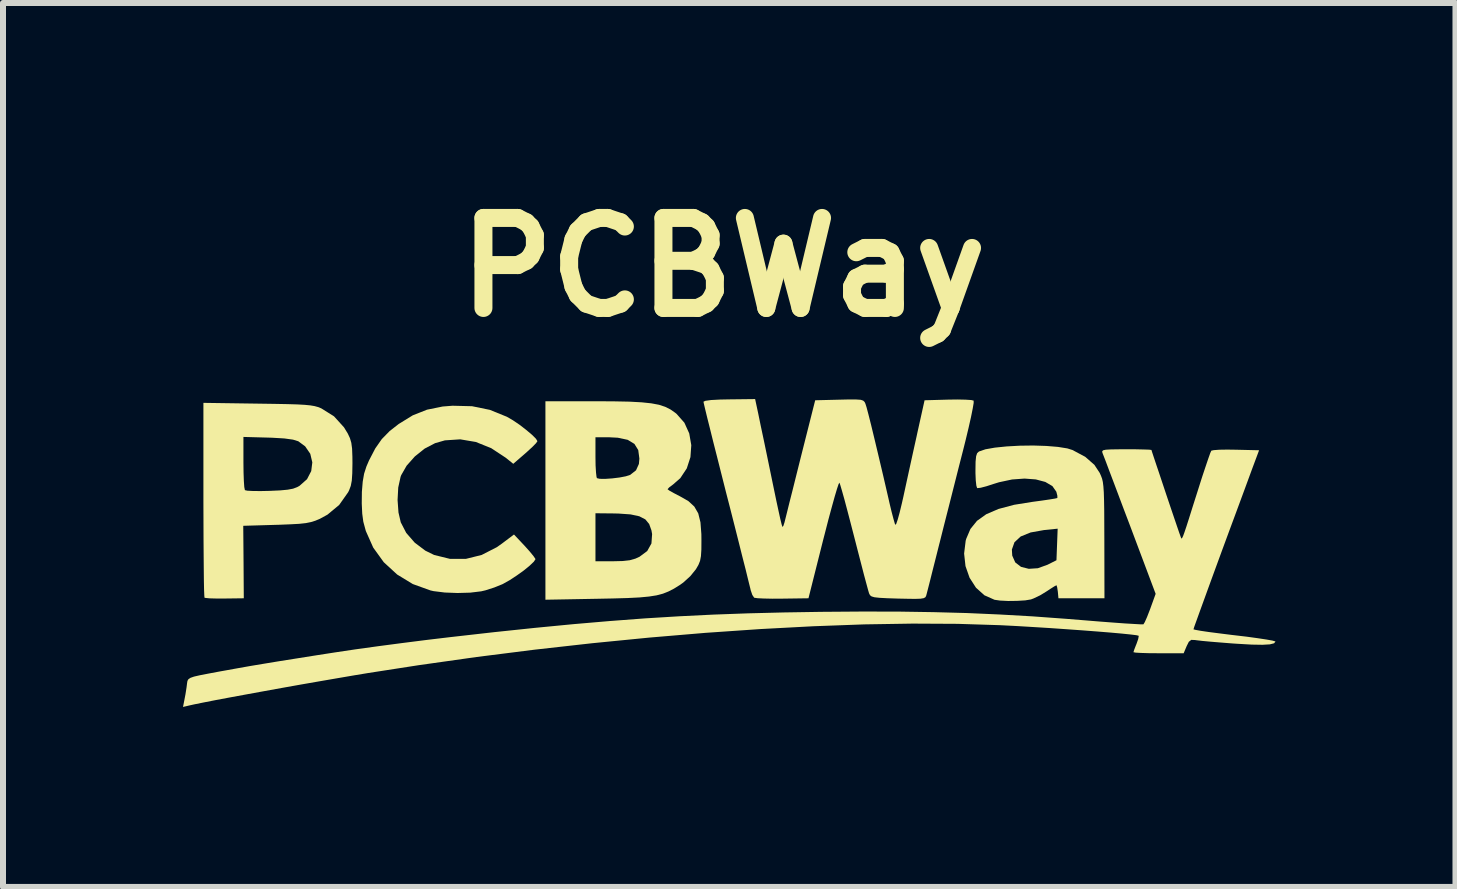
<source format=kicad_pcb>
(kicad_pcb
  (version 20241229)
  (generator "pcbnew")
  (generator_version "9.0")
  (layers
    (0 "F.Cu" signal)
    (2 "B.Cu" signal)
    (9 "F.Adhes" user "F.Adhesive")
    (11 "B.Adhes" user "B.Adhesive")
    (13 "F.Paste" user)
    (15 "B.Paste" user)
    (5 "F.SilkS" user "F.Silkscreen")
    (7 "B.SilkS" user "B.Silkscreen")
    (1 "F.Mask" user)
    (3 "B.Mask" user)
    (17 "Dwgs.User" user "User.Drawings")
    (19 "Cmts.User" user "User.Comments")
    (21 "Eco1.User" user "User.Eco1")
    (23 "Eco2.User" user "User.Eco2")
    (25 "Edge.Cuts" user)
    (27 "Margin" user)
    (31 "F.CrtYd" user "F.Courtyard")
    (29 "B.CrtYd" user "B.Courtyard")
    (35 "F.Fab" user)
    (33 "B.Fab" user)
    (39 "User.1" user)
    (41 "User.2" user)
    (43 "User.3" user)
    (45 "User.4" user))
  (footprint "PCBWay"
    (layer "F.Cu")
    (at 9.007 6.004)
    (property "Reference" "PCBWay" (at 0 -4.6 0) (layer "F.SilkS") (effects (font (size 1.5 1.5) (thickness 0.3))))
    (attr board_only exclude_from_pos_files exclude_from_bom)
    (fp_poly (pts (xy -7.758 -2.327) (xy -7.485 -2.323) (xy -7.27 -2.319) (xy -7.104 -2.314) (xy -6.979 -2.307) (xy -6.886 -2.298) (xy -6.815 -2.286) (xy -6.76 -2.271) (xy -6.709 -2.251) (xy -6.697 -2.245) (xy -6.49 -2.115) (xy -6.324 -1.932) (xy -6.261 -1.829) (xy -6.225 -1.752) (xy -6.202 -1.674) (xy -6.189 -1.576) (xy -6.184 -1.441) (xy -6.183 -1.333) (xy -6.186 -1.164) (xy -6.194 -1.044) (xy -6.211 -0.956) (xy -6.239 -0.882) (xy -6.255 -0.85) (xy -6.404 -0.639) (xy -6.599 -0.477) (xy -6.725 -0.408) (xy -6.801 -0.376) (xy -6.875 -0.353) (xy -6.96 -0.336) (xy -7.069 -0.324) (xy -7.216 -0.316) (xy -7.414 -0.308) (xy -7.456 -0.307) (xy -8.003 -0.291) (xy -7.998 0.313) (xy -7.994 0.917) (xy -8.312 0.921) (xy -8.451 0.921) (xy -8.564 0.918) (xy -8.634 0.911) (xy -8.649 0.907) (xy -8.652 0.871) (xy -8.656 0.775) (xy -8.659 0.625) (xy -8.661 0.428) (xy -8.663 0.191) (xy -8.665 -0.081) (xy -8.666 -0.38) (xy -8.667 -0.7) (xy -8.667 -0.725) (xy -8.667 -1.342) (xy -8 -1.342) (xy -7.998 -1.178) (xy -7.993 -1.039) (xy -7.986 -0.938) (xy -7.976 -0.888) (xy -7.975 -0.885) (xy -7.934 -0.876) (xy -7.84 -0.871) (xy -7.708 -0.87) (xy -7.565 -0.873) (xy -7.388 -0.881) (xy -7.262 -0.893) (xy -7.172 -0.91) (xy -7.103 -0.936) (xy -7.063 -0.959) (xy -6.94 -1.068) (xy -6.87 -1.203) (xy -6.852 -1.348) (xy -6.886 -1.491) (xy -6.972 -1.616) (xy -7.086 -1.7) (xy -7.174 -1.727) (xy -7.319 -1.747) (xy -7.524 -1.759) (xy -7.592 -1.761) (xy -8 -1.772) (xy -8 -1.342) (xy -8.667 -1.342) (xy -8.667 -2.34)) (stroke (width 0) (type solid)) (fill yes) (layer "F.SilkS"))
    (fp_poly (pts (xy -4.19 -2.284) (xy -3.892 -2.223) (xy -3.609 -2.108) (xy -3.509 -2.05) (xy -3.397 -1.974) (xy -3.287 -1.889) (xy -3.191 -1.808) (xy -3.124 -1.741) (xy -3.1 -1.701) (xy -3.124 -1.667) (xy -3.186 -1.604) (xy -3.275 -1.522) (xy -3.301 -1.499) (xy -3.503 -1.324) (xy -3.628 -1.425) (xy -3.871 -1.585) (xy -4.127 -1.688) (xy -4.387 -1.732) (xy -4.642 -1.715) (xy -4.806 -1.668) (xy -4.979 -1.578) (xy -5.143 -1.447) (xy -5.28 -1.293) (xy -5.371 -1.134) (xy -5.381 -1.107) (xy -5.42 -0.929) (xy -5.431 -0.721) (xy -5.416 -0.513) (xy -5.378 -0.349) (xy -5.287 -0.173) (xy -5.145 -0.01) (xy -4.969 0.123) (xy -4.822 0.195) (xy -4.558 0.26) (xy -4.292 0.26) (xy -4.03 0.195) (xy -3.778 0.066) (xy -3.698 0.01) (xy -3.491 -0.146) (xy -3.312 0.044) (xy -3.228 0.138) (xy -3.165 0.215) (xy -3.134 0.261) (xy -3.133 0.266) (xy -3.16 0.307) (xy -3.229 0.373) (xy -3.328 0.454) (xy -3.444 0.537) (xy -3.561 0.614) (xy -3.668 0.674) (xy -3.683 0.682) (xy -3.819 0.737) (xy -3.965 0.784) (xy -4.037 0.801) (xy -4.22 0.823) (xy -4.432 0.829) (xy -4.644 0.821) (xy -4.83 0.798) (xy -4.883 0.786) (xy -5.177 0.68) (xy -5.438 0.521) (xy -5.661 0.316) (xy -5.837 0.072) (xy -5.96 -0.204) (xy -6.002 -0.359) (xy -6.02 -0.493) (xy -6.028 -0.664) (xy -6.026 -0.841) (xy -6.026 -0.855) (xy -6.012 -1.026) (xy -5.989 -1.159) (xy -5.95 -1.28) (xy -5.907 -1.38) (xy -5.803 -1.58) (xy -5.694 -1.736) (xy -5.564 -1.869) (xy -5.412 -1.988) (xy -5.178 -2.132) (xy -4.941 -2.226) (xy -4.68 -2.279) (xy -4.515 -2.292)) (stroke (width 0) (type solid)) (fill yes) (layer "F.SilkS"))
    (fp_poly (pts (xy -1.817 -2.365) (xy -1.565 -2.36) (xy -1.363 -2.349) (xy -1.202 -2.332) (xy -1.074 -2.308) (xy -0.971 -2.274) (xy -0.883 -2.23) (xy -0.803 -2.174) (xy -0.782 -2.157) (xy -0.651 -2.009) (xy -0.57 -1.83) (xy -0.536 -1.635) (xy -0.55 -1.436) (xy -0.611 -1.248) (xy -0.719 -1.085) (xy -0.839 -0.98) (xy -0.902 -0.933) (xy -0.931 -0.902) (xy -0.931 -0.9) (xy -0.902 -0.878) (xy -0.829 -0.837) (xy -0.727 -0.784) (xy -0.725 -0.783) (xy -0.585 -0.703) (xy -0.486 -0.612) (xy -0.42 -0.498) (xy -0.383 -0.349) (xy -0.368 -0.152) (xy -0.367 -0.051) (xy -0.368 0.106) (xy -0.375 0.215) (xy -0.39 0.294) (xy -0.417 0.361) (xy -0.46 0.435) (xy -0.462 0.437) (xy -0.552 0.548) (xy -0.67 0.655) (xy -0.728 0.696) (xy -0.824 0.756) (xy -0.915 0.803) (xy -1.008 0.84) (xy -1.114 0.868) (xy -1.241 0.888) (xy -1.4 0.903) (xy -1.599 0.913) (xy -1.848 0.92) (xy -2.092 0.925) (xy -2.967 0.941) (xy -2.967 -0.1) (xy -2.133 -0.1) (xy -2.133 0.3) (xy -1.84 0.3) (xy -1.679 0.296) (xy -1.562 0.283) (xy -1.467 0.256) (xy -1.399 0.225) (xy -1.27 0.129) (xy -1.2 0.003) (xy -1.189 -0.153) (xy -1.2 -0.215) (xy -1.238 -0.321) (xy -1.302 -0.398) (xy -1.403 -0.45) (xy -1.548 -0.481) (xy -1.747 -0.495) (xy -1.825 -0.497) (xy -2.133 -0.5) (xy -2.133 -0.1) (xy -2.967 -0.1) (xy -2.967 -0.713) (xy -2.967 -1.439) (xy -2.133 -1.439) (xy -2.131 -1.297) (xy -2.124 -1.18) (xy -2.115 -1.104) (xy -2.108 -1.085) (xy -2.062 -1.074) (xy -1.97 -1.073) (xy -1.854 -1.081) (xy -1.732 -1.096) (xy -1.627 -1.116) (xy -1.556 -1.139) (xy -1.555 -1.139) (xy -1.457 -1.216) (xy -1.409 -1.322) (xy -1.401 -1.411) (xy -1.42 -1.553) (xy -1.484 -1.656) (xy -1.596 -1.724) (xy -1.761 -1.759) (xy -1.916 -1.767) (xy -2.133 -1.767) (xy -2.133 -1.439) (xy -2.967 -1.439) (xy -2.967 -2.367) (xy -2.127 -2.367)) (stroke (width 0) (type solid)) (fill yes) (layer "F.SilkS"))
    (fp_poly (pts (xy 5.38 -1.622) (xy 5.574 -1.606) (xy 5.731 -1.581) (xy 5.817 -1.554) (xy 6.029 -1.441) (xy 6.182 -1.307) (xy 6.271 -1.172) (xy 6.292 -1.125) (xy 6.31 -1.077) (xy 6.323 -1.021) (xy 6.332 -0.948) (xy 6.339 -0.85) (xy 6.343 -0.719) (xy 6.346 -0.546) (xy 6.347 -0.322) (xy 6.348 -0.05) (xy 6.35 0.917) (xy 5.967 0.917) (xy 5.583 0.917) (xy 5.573 0.808) (xy 5.562 0.735) (xy 5.551 0.7) (xy 5.55 0.7) (xy 5.517 0.717) (xy 5.447 0.761) (xy 5.385 0.802) (xy 5.277 0.868) (xy 5.17 0.919) (xy 5.125 0.936) (xy 5.029 0.952) (xy 4.893 0.96) (xy 4.744 0.962) (xy 4.608 0.955) (xy 4.518 0.942) (xy 4.349 0.867) (xy 4.209 0.741) (xy 4.102 0.575) (xy 4.034 0.381) (xy 4.011 0.172) (xy 4.019 0.105) (xy 4.807 0.105) (xy 4.813 0.206) (xy 4.863 0.319) (xy 4.959 0.393) (xy 5.089 0.426) (xy 5.24 0.416) (xy 5.401 0.358) (xy 5.55 0.283) (xy 5.56 0.02) (xy 5.57 -0.243) (xy 5.343 -0.22) (xy 5.119 -0.18) (xy 4.954 -0.113) (xy 4.85 -0.017) (xy 4.807 0.105) (xy 4.019 0.105) (xy 4.037 -0.042) (xy 4.046 -0.074) (xy 4.116 -0.238) (xy 4.226 -0.374) (xy 4.38 -0.484) (xy 4.585 -0.572) (xy 4.844 -0.641) (xy 5.15 -0.69) (xy 5.306 -0.711) (xy 5.435 -0.73) (xy 5.526 -0.745) (xy 5.564 -0.754) (xy 5.565 -0.755) (xy 5.565 -0.792) (xy 5.548 -0.859) (xy 5.482 -0.953) (xy 5.364 -1.022) (xy 5.206 -1.064) (xy 5.018 -1.078) (xy 4.81 -1.063) (xy 4.594 -1.017) (xy 4.503 -0.989) (xy 4.383 -0.95) (xy 4.287 -0.925) (xy 4.233 -0.919) (xy 4.228 -0.92) (xy 4.215 -0.959) (xy 4.205 -1.048) (xy 4.2 -1.17) (xy 4.2 -1.217) (xy 4.202 -1.36) (xy 4.211 -1.45) (xy 4.228 -1.501) (xy 4.257 -1.528) (xy 4.258 -1.529) (xy 4.366 -1.566) (xy 4.525 -1.594) (xy 4.721 -1.614) (xy 4.939 -1.626) (xy 5.163 -1.629)) (stroke (width 0) (type solid)) (fill yes) (layer "F.SilkS"))
    (fp_poly (pts (xy 0.58 -2.16) (xy 0.62 -1.965) (xy 0.675 -1.706) (xy 0.742 -1.383) (xy 0.822 -0.995) (xy 0.883 -0.701) (xy 0.917 -0.544) (xy 0.946 -0.411) (xy 0.969 -0.317) (xy 0.982 -0.274) (xy 0.983 -0.272) (xy 0.999 -0.291) (xy 1.019 -0.353) (xy 1.019 -0.354) (xy 1.033 -0.41) (xy 1.061 -0.522) (xy 1.1 -0.68) (xy 1.15 -0.876) (xy 1.206 -1.101) (xy 1.267 -1.345) (xy 1.285 -1.417) (xy 1.529 -2.383) (xy 1.931 -2.393) (xy 2.101 -2.397) (xy 2.215 -2.396) (xy 2.288 -2.391) (xy 2.329 -2.377) (xy 2.352 -2.355) (xy 2.366 -2.326) (xy 2.385 -2.266) (xy 2.417 -2.145) (xy 2.462 -1.967) (xy 2.518 -1.735) (xy 2.585 -1.454) (xy 2.662 -1.128) (xy 2.747 -0.76) (xy 2.768 -0.667) (xy 2.802 -0.526) (xy 2.833 -0.408) (xy 2.856 -0.328) (xy 2.864 -0.307) (xy 2.879 -0.322) (xy 2.904 -0.394) (xy 2.936 -0.51) (xy 2.973 -0.663) (xy 2.998 -0.773) (xy 3.047 -0.999) (xy 3.104 -1.26) (xy 3.163 -1.529) (xy 3.218 -1.777) (xy 3.23 -1.833) (xy 3.352 -2.383) (xy 3.747 -2.394) (xy 3.904 -2.396) (xy 4.036 -2.393) (xy 4.129 -2.387) (xy 4.17 -2.377) (xy 4.17 -2.338) (xy 4.154 -2.244) (xy 4.126 -2.104) (xy 4.086 -1.927) (xy 4.037 -1.722) (xy 3.998 -1.566) (xy 3.926 -1.285) (xy 3.845 -0.965) (xy 3.76 -0.629) (xy 3.677 -0.304) (xy 3.604 -0.013) (xy 3.596 0.017) (xy 3.54 0.24) (xy 3.488 0.445) (xy 3.444 0.621) (xy 3.409 0.758) (xy 3.386 0.847) (xy 3.378 0.876) (xy 3.366 0.899) (xy 3.338 0.915) (xy 3.284 0.924) (xy 3.193 0.927) (xy 3.054 0.925) (xy 2.908 0.922) (xy 2.726 0.916) (xy 2.599 0.909) (xy 2.517 0.9) (xy 2.469 0.886) (xy 2.443 0.866) (xy 2.428 0.837) (xy 2.427 0.835) (xy 2.412 0.784) (xy 2.383 0.677) (xy 2.342 0.525) (xy 2.293 0.335) (xy 2.237 0.119) (xy 2.178 -0.111) (xy 2.118 -0.343) (xy 2.063 -0.553) (xy 2.015 -0.734) (xy 1.975 -0.876) (xy 1.947 -0.971) (xy 1.933 -1.01) (xy 1.933 -1.01) (xy 1.919 -0.986) (xy 1.892 -0.905) (xy 1.853 -0.774) (xy 1.805 -0.601) (xy 1.749 -0.394) (xy 1.689 -0.16) (xy 1.663 -0.06) (xy 1.417 0.917) (xy 0.982 0.923) (xy 0.817 0.924) (xy 0.674 0.921) (xy 0.569 0.916) (xy 0.514 0.908) (xy 0.511 0.906) (xy 0.481 0.861) (xy 0.453 0.779) (xy 0.451 0.767) (xy 0.437 0.711) (xy 0.409 0.598) (xy 0.369 0.434) (xy 0.316 0.227) (xy 0.255 -0.017) (xy 0.186 -0.29) (xy 0.111 -0.585) (xy 0.046 -0.837) (xy -0.031 -1.142) (xy -0.103 -1.427) (xy -0.169 -1.686) (xy -0.225 -1.912) (xy -0.272 -2.099) (xy -0.306 -2.24) (xy -0.327 -2.329) (xy -0.333 -2.359) (xy -0.301 -2.374) (xy -0.207 -2.387) (xy -0.057 -2.395) (xy 0.097 -2.398) (xy 0.528 -2.403)) (stroke (width 0) (type solid)) (fill yes) (layer "F.SilkS"))
    (fp_poly (pts (xy 6.872 -1.566) (xy 7.003 -1.563) (xy 7.094 -1.56) (xy 7.133 -1.555) (xy 7.133 -1.555) (xy 7.143 -1.522) (xy 7.171 -1.437) (xy 7.213 -1.311) (xy 7.266 -1.154) (xy 7.325 -0.977) (xy 7.387 -0.791) (xy 7.449 -0.607) (xy 7.507 -0.436) (xy 7.557 -0.289) (xy 7.596 -0.175) (xy 7.62 -0.108) (xy 7.623 -0.1) (xy 7.629 -0.084) (xy 7.636 -0.079) (xy 7.645 -0.089) (xy 7.661 -0.122) (xy 7.684 -0.185) (xy 7.717 -0.283) (xy 7.762 -0.424) (xy 7.822 -0.615) (xy 7.9 -0.86) (xy 7.918 -0.917) (xy 7.978 -1.106) (xy 8.034 -1.274) (xy 8.08 -1.41) (xy 8.113 -1.503) (xy 8.131 -1.543) (xy 8.131 -1.543) (xy 8.172 -1.552) (xy 8.266 -1.559) (xy 8.398 -1.561) (xy 8.541 -1.559) (xy 8.927 -1.55) (xy 8.815 -1.25) (xy 8.683 -0.891) (xy 8.553 -0.539) (xy 8.427 -0.199) (xy 8.308 0.124) (xy 8.198 0.424) (xy 8.099 0.695) (xy 8.013 0.932) (xy 7.941 1.13) (xy 7.886 1.283) (xy 7.849 1.385) (xy 7.834 1.432) (xy 7.833 1.434) (xy 7.865 1.443) (xy 7.953 1.459) (xy 8.088 1.479) (xy 8.259 1.501) (xy 8.458 1.526) (xy 8.517 1.533) (xy 8.721 1.557) (xy 8.902 1.582) (xy 9.048 1.604) (xy 9.149 1.622) (xy 9.198 1.636) (xy 9.2 1.638) (xy 9.177 1.667) (xy 9.106 1.685) (xy 8.983 1.692) (xy 8.803 1.689) (xy 8.563 1.675) (xy 8.486 1.67) (xy 8.297 1.655) (xy 8.126 1.641) (xy 7.985 1.628) (xy 7.889 1.617) (xy 7.86 1.613) (xy 7.797 1.61) (xy 7.756 1.642) (xy 7.72 1.714) (xy 7.67 1.833) (xy 7.252 1.833) (xy 7.094 1.832) (xy 6.963 1.828) (xy 6.872 1.823) (xy 6.834 1.816) (xy 6.833 1.816) (xy 6.845 1.776) (xy 6.874 1.701) (xy 6.884 1.677) (xy 6.912 1.597) (xy 6.921 1.547) (xy 6.919 1.541) (xy 6.88 1.532) (xy 6.782 1.52) (xy 6.635 1.505) (xy 6.445 1.488) (xy 6.223 1.47) (xy 5.975 1.451) (xy 5.709 1.432) (xy 5.436 1.413) (xy 5.161 1.396) (xy 4.895 1.38) (xy 4.644 1.367) (xy 4.6 1.365) (xy 3.904 1.343) (xy 3.151 1.339) (xy 2.347 1.352) (xy 1.5 1.383) (xy 0.616 1.43) (xy -0.298 1.493) (xy -1.235 1.572) (xy -2.188 1.666) (xy -3.151 1.774) (xy -4.117 1.896) (xy -5.079 2.032) (xy -5.917 2.162) (xy -6.159 2.202) (xy -6.433 2.249) (xy -6.729 2.3) (xy -7.039 2.354) (xy -7.353 2.41) (xy -7.662 2.466) (xy -7.957 2.52) (xy -8.229 2.57) (xy -8.469 2.615) (xy -8.667 2.654) (xy -8.815 2.684) (xy -8.879 2.698) (xy -9.007 2.728) (xy -8.986 2.622) (xy -8.966 2.517) (xy -8.947 2.396) (xy -8.945 2.378) (xy -8.939 2.33) (xy -8.933 2.294) (xy -8.917 2.266) (xy -8.883 2.243) (xy -8.823 2.222) (xy -8.727 2.2) (xy -8.588 2.173) (xy -8.396 2.137) (xy -8.273 2.115) (xy -8.091 2.082) (xy -7.894 2.047) (xy -7.673 2.01) (xy -7.418 1.968) (xy -7.122 1.921) (xy -6.776 1.866) (xy -6.467 1.818) (xy -6.139 1.769) (xy -5.764 1.717) (xy -5.362 1.664) (xy -4.953 1.612) (xy -4.567 1.566) (xy -3.826 1.482) (xy -3.141 1.41) (xy -2.499 1.348) (xy -1.892 1.296) (xy -1.309 1.252) (xy -0.738 1.217) (xy -0.169 1.189) (xy 0.408 1.168) (xy 1.004 1.153) (xy 1.629 1.143) (xy 1.633 1.143) (xy 2.305 1.138) (xy 2.923 1.139) (xy 3.503 1.148) (xy 4.058 1.163) (xy 4.601 1.187) (xy 5.147 1.218) (xy 5.708 1.259) (xy 6.03 1.285) (xy 6.274 1.305) (xy 6.497 1.322) (xy 6.689 1.336) (xy 6.843 1.345) (xy 6.948 1.351) (xy 6.998 1.351) (xy 7 1.35) (xy 7.022 1.314) (xy 7.059 1.231) (xy 7.103 1.118) (xy 7.114 1.089) (xy 7.203 0.843) (xy 6.772 -0.304) (xy 6.672 -0.567) (xy 6.58 -0.812) (xy 6.497 -1.032) (xy 6.426 -1.219) (xy 6.371 -1.366) (xy 6.333 -1.464) (xy 6.316 -1.508) (xy 6.316 -1.508) (xy 6.312 -1.532) (xy 6.327 -1.549) (xy 6.372 -1.559) (xy 6.457 -1.564) (xy 6.592 -1.566) (xy 6.713 -1.567)) (stroke (width 0) (type solid)) (fill yes) (layer "F.SilkS")))
  (gr_rect
    (start -3 -3)
    (end 21.207 11.732)
    (stroke (width 0.1) (type default))
    (fill no)
    (layer "Edge.Cuts")))
</source>
